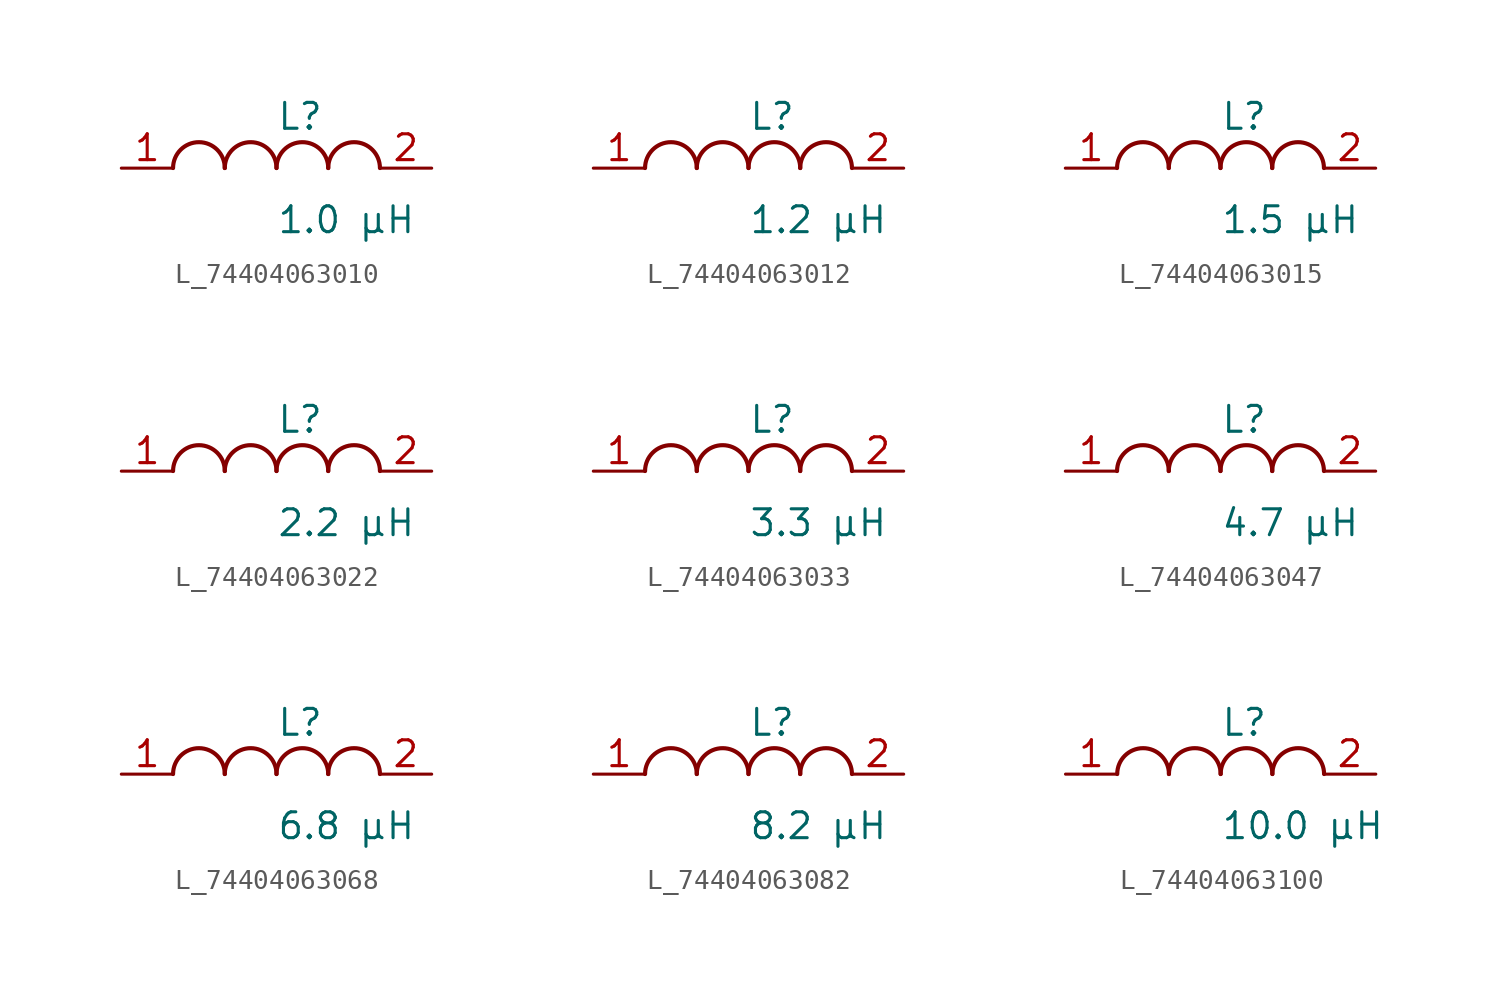
<source format=kicad_sym>
(kicad_symbol_lib
  (version 20231120)
  (generator kicad_symbol_editor)
  (generator_version 8.0)
  (symbol "L_74404063010"
    (pin_names
      (offset 0.254))
    (property "Reference" "L"
      (at 0 2.54 0)
      (effects (font (size 1.27 1.27)) (justify left)))
    (property "Value" "1.0 µH"
      (at 0 -2.54 0)
      (effects (font (size 1.27 1.27)) (justify left)))
    (symbol "L_74404063010_1_1"
      (arc (start -2.54 0.0056) (mid -3.81 1.27) (end -5.08 0.0056) (stroke (width 0.2032) (type default)) (fill (type none)))
      (arc (start 0 0.0056) (mid -1.27 1.27) (end -2.54 0.0056) (stroke (width 0.2032) (type default)) (fill (type none)))
      (arc (start 2.54 0.0056) (mid 1.27 1.27) (end 0 0.0056) (stroke (width 0.2032) (type default)) (fill (type none)))
      (arc (start 5.08 0.0056) (mid 3.81 1.27) (end 2.54 0.0056) (stroke (width 0.2032) (type default)) (fill (type none)))
      (pin passive line (at -7.62 0 0) (length 2.54) (name "" (effects (font (size 1.27 1.27)))) (number "1" (effects (font (size 1.27 1.27)))))
      (pin passive line (at 7.62 0 180) (length 2.54) (name "" (effects (font (size 1.27 1.27)))) (number "2" (effects (font (size 1.27 1.27)))))))
  (symbol "L_74404063012"
    (pin_names
      (offset 0.254))
    (property "Reference" "L"
      (at 0 2.54 0)
      (effects (font (size 1.27 1.27)) (justify left)))
    (property "Value" "1.2 µH"
      (at 0 -2.54 0)
      (effects (font (size 1.27 1.27)) (justify left)))
    (symbol "L_74404063012_1_1"
      (arc (start -2.54 0.0056) (mid -3.81 1.27) (end -5.08 0.0056) (stroke (width 0.2032) (type default)) (fill (type none)))
      (arc (start 0 0.0056) (mid -1.27 1.27) (end -2.54 0.0056) (stroke (width 0.2032) (type default)) (fill (type none)))
      (arc (start 2.54 0.0056) (mid 1.27 1.27) (end 0 0.0056) (stroke (width 0.2032) (type default)) (fill (type none)))
      (arc (start 5.08 0.0056) (mid 3.81 1.27) (end 2.54 0.0056) (stroke (width 0.2032) (type default)) (fill (type none)))
      (pin passive line (at -7.62 0 0) (length 2.54) (name "" (effects (font (size 1.27 1.27)))) (number "1" (effects (font (size 1.27 1.27)))))
      (pin passive line (at 7.62 0 180) (length 2.54) (name "" (effects (font (size 1.27 1.27)))) (number "2" (effects (font (size 1.27 1.27)))))))
  (symbol "L_74404063015"
    (pin_names
      (offset 0.254))
    (property "Reference" "L"
      (at 0 2.54 0)
      (effects (font (size 1.27 1.27)) (justify left)))
    (property "Value" "1.5 µH"
      (at 0 -2.54 0)
      (effects (font (size 1.27 1.27)) (justify left)))
    (symbol "L_74404063015_1_1"
      (arc (start -2.54 0.0056) (mid -3.81 1.27) (end -5.08 0.0056) (stroke (width 0.2032) (type default)) (fill (type none)))
      (arc (start 0 0.0056) (mid -1.27 1.27) (end -2.54 0.0056) (stroke (width 0.2032) (type default)) (fill (type none)))
      (arc (start 2.54 0.0056) (mid 1.27 1.27) (end 0 0.0056) (stroke (width 0.2032) (type default)) (fill (type none)))
      (arc (start 5.08 0.0056) (mid 3.81 1.27) (end 2.54 0.0056) (stroke (width 0.2032) (type default)) (fill (type none)))
      (pin passive line (at -7.62 0 0) (length 2.54) (name "" (effects (font (size 1.27 1.27)))) (number "1" (effects (font (size 1.27 1.27)))))
      (pin passive line (at 7.62 0 180) (length 2.54) (name "" (effects (font (size 1.27 1.27)))) (number "2" (effects (font (size 1.27 1.27)))))))
  (symbol "L_74404063022"
    (pin_names
      (offset 0.254))
    (property "Reference" "L"
      (at 0 2.54 0)
      (effects (font (size 1.27 1.27)) (justify left)))
    (property "Value" "2.2 µH"
      (at 0 -2.54 0)
      (effects (font (size 1.27 1.27)) (justify left)))
    (symbol "L_74404063022_1_1"
      (arc (start -2.54 0.0056) (mid -3.81 1.27) (end -5.08 0.0056) (stroke (width 0.2032) (type default)) (fill (type none)))
      (arc (start 0 0.0056) (mid -1.27 1.27) (end -2.54 0.0056) (stroke (width 0.2032) (type default)) (fill (type none)))
      (arc (start 2.54 0.0056) (mid 1.27 1.27) (end 0 0.0056) (stroke (width 0.2032) (type default)) (fill (type none)))
      (arc (start 5.08 0.0056) (mid 3.81 1.27) (end 2.54 0.0056) (stroke (width 0.2032) (type default)) (fill (type none)))
      (pin passive line (at -7.62 0 0) (length 2.54) (name "" (effects (font (size 1.27 1.27)))) (number "1" (effects (font (size 1.27 1.27)))))
      (pin passive line (at 7.62 0 180) (length 2.54) (name "" (effects (font (size 1.27 1.27)))) (number "2" (effects (font (size 1.27 1.27)))))))
  (symbol "L_74404063033"
    (pin_names
      (offset 0.254))
    (property "Reference" "L"
      (at 0 2.54 0)
      (effects (font (size 1.27 1.27)) (justify left)))
    (property "Value" "3.3 µH"
      (at 0 -2.54 0)
      (effects (font (size 1.27 1.27)) (justify left)))
    (symbol "L_74404063033_1_1"
      (arc (start -2.54 0.0056) (mid -3.81 1.27) (end -5.08 0.0056) (stroke (width 0.2032) (type default)) (fill (type none)))
      (arc (start 0 0.0056) (mid -1.27 1.27) (end -2.54 0.0056) (stroke (width 0.2032) (type default)) (fill (type none)))
      (arc (start 2.54 0.0056) (mid 1.27 1.27) (end 0 0.0056) (stroke (width 0.2032) (type default)) (fill (type none)))
      (arc (start 5.08 0.0056) (mid 3.81 1.27) (end 2.54 0.0056) (stroke (width 0.2032) (type default)) (fill (type none)))
      (pin passive line (at -7.62 0 0) (length 2.54) (name "" (effects (font (size 1.27 1.27)))) (number "1" (effects (font (size 1.27 1.27)))))
      (pin passive line (at 7.62 0 180) (length 2.54) (name "" (effects (font (size 1.27 1.27)))) (number "2" (effects (font (size 1.27 1.27)))))))
  (symbol "L_74404063047"
    (pin_names
      (offset 0.254))
    (property "Reference" "L"
      (at 0 2.54 0)
      (effects (font (size 1.27 1.27)) (justify left)))
    (property "Value" "4.7 µH"
      (at 0 -2.54 0)
      (effects (font (size 1.27 1.27)) (justify left)))
    (symbol "L_74404063047_1_1"
      (arc (start -2.54 0.0056) (mid -3.81 1.27) (end -5.08 0.0056) (stroke (width 0.2032) (type default)) (fill (type none)))
      (arc (start 0 0.0056) (mid -1.27 1.27) (end -2.54 0.0056) (stroke (width 0.2032) (type default)) (fill (type none)))
      (arc (start 2.54 0.0056) (mid 1.27 1.27) (end 0 0.0056) (stroke (width 0.2032) (type default)) (fill (type none)))
      (arc (start 5.08 0.0056) (mid 3.81 1.27) (end 2.54 0.0056) (stroke (width 0.2032) (type default)) (fill (type none)))
      (pin passive line (at -7.62 0 0) (length 2.54) (name "" (effects (font (size 1.27 1.27)))) (number "1" (effects (font (size 1.27 1.27)))))
      (pin passive line (at 7.62 0 180) (length 2.54) (name "" (effects (font (size 1.27 1.27)))) (number "2" (effects (font (size 1.27 1.27)))))))
  (symbol "L_74404063068"
    (pin_names
      (offset 0.254))
    (property "Reference" "L"
      (at 0 2.54 0)
      (effects (font (size 1.27 1.27)) (justify left)))
    (property "Value" "6.8 µH"
      (at 0 -2.54 0)
      (effects (font (size 1.27 1.27)) (justify left)))
    (symbol "L_74404063068_1_1"
      (arc (start -2.54 0.0056) (mid -3.81 1.27) (end -5.08 0.0056) (stroke (width 0.2032) (type default)) (fill (type none)))
      (arc (start 0 0.0056) (mid -1.27 1.27) (end -2.54 0.0056) (stroke (width 0.2032) (type default)) (fill (type none)))
      (arc (start 2.54 0.0056) (mid 1.27 1.27) (end 0 0.0056) (stroke (width 0.2032) (type default)) (fill (type none)))
      (arc (start 5.08 0.0056) (mid 3.81 1.27) (end 2.54 0.0056) (stroke (width 0.2032) (type default)) (fill (type none)))
      (pin passive line (at -7.62 0 0) (length 2.54) (name "" (effects (font (size 1.27 1.27)))) (number "1" (effects (font (size 1.27 1.27)))))
      (pin passive line (at 7.62 0 180) (length 2.54) (name "" (effects (font (size 1.27 1.27)))) (number "2" (effects (font (size 1.27 1.27)))))))
  (symbol "L_74404063082"
    (pin_names
      (offset 0.254))
    (property "Reference" "L"
      (at 0 2.54 0)
      (effects (font (size 1.27 1.27)) (justify left)))
    (property "Value" "8.2 µH"
      (at 0 -2.54 0)
      (effects (font (size 1.27 1.27)) (justify left)))
    (symbol "L_74404063082_1_1"
      (arc (start -2.54 0.0056) (mid -3.81 1.27) (end -5.08 0.0056) (stroke (width 0.2032) (type default)) (fill (type none)))
      (arc (start 0 0.0056) (mid -1.27 1.27) (end -2.54 0.0056) (stroke (width 0.2032) (type default)) (fill (type none)))
      (arc (start 2.54 0.0056) (mid 1.27 1.27) (end 0 0.0056) (stroke (width 0.2032) (type default)) (fill (type none)))
      (arc (start 5.08 0.0056) (mid 3.81 1.27) (end 2.54 0.0056) (stroke (width 0.2032) (type default)) (fill (type none)))
      (pin passive line (at -7.62 0 0) (length 2.54) (name "" (effects (font (size 1.27 1.27)))) (number "1" (effects (font (size 1.27 1.27)))))
      (pin passive line (at 7.62 0 180) (length 2.54) (name "" (effects (font (size 1.27 1.27)))) (number "2" (effects (font (size 1.27 1.27)))))))
  (symbol "L_74404063100"
    (pin_names
      (offset 0.254))
    (property "Reference" "L"
      (at 0 2.54 0)
      (effects (font (size 1.27 1.27)) (justify left)))
    (property "Value" "10.0 µH"
      (at 0 -2.54 0)
      (effects (font (size 1.27 1.27)) (justify left)))
    (symbol "L_74404063100_1_1"
      (arc (start -2.54 0.0056) (mid -3.81 1.27) (end -5.08 0.0056) (stroke (width 0.2032) (type default)) (fill (type none)))
      (arc (start 0 0.0056) (mid -1.27 1.27) (end -2.54 0.0056) (stroke (width 0.2032) (type default)) (fill (type none)))
      (arc (start 2.54 0.0056) (mid 1.27 1.27) (end 0 0.0056) (stroke (width 0.2032) (type default)) (fill (type none)))
      (arc (start 5.08 0.0056) (mid 3.81 1.27) (end 2.54 0.0056) (stroke (width 0.2032) (type default)) (fill (type none)))
      (pin passive line (at -7.62 0 0) (length 2.54) (name "" (effects (font (size 1.27 1.27)))) (number "1" (effects (font (size 1.27 1.27)))))
      (pin passive line (at 7.62 0 180) (length 2.54) (name "" (effects (font (size 1.27 1.27)))) (number "2" (effects (font (size 1.27 1.27))))))))
</source>
